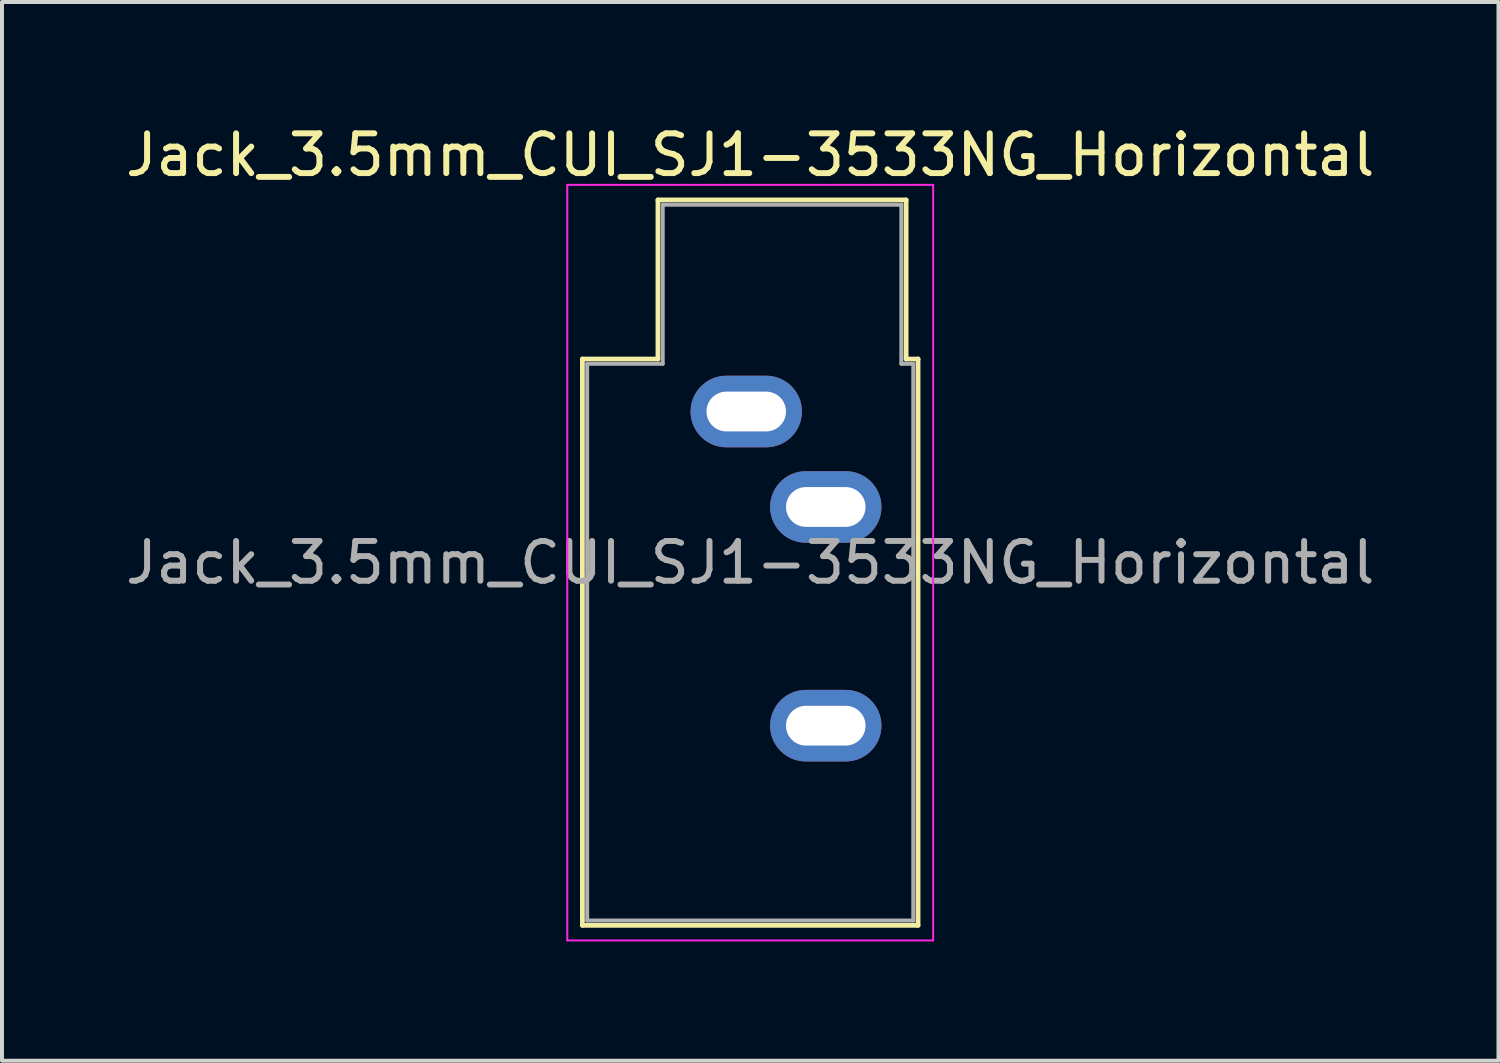
<source format=kicad_pcb>
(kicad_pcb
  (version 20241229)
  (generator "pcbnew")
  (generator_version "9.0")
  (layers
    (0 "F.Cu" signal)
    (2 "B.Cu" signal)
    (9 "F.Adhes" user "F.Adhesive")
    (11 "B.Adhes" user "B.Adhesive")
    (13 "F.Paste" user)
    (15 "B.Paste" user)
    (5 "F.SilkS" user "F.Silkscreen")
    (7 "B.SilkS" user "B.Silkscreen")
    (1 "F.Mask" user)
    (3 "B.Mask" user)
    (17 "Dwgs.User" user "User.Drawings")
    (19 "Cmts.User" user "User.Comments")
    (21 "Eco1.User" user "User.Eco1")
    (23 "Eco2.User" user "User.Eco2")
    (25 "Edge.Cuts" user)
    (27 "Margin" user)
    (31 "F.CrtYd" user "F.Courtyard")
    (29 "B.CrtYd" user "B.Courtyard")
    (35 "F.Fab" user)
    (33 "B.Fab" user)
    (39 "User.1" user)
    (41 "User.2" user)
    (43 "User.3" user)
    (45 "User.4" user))
  (footprint "Jack_3.5mm_CUI_SJ1-3533NG_Horizontal"
    (layer "F.Cu")
    (at 15.715 7.298)
    (property "Reference" "Jack_3.5mm_CUI_SJ1-3533NG_Horizontal" (at 0.1 -6.45 0) (layer "F.SilkS") (effects (font (size 1 1) (thickness 0.15))))
    (attr through_hole)
    (fp_line (start -4.12 -1.32) (end -2.22 -1.32) (stroke (width 0.12) (type solid)) (layer "F.SilkS"))
    (fp_line (start -4.12 12.92) (end -4.12 -1.32) (stroke (width 0.12) (type solid)) (layer "F.SilkS"))
    (fp_line (start -2.22 -5.32) (end 4.02 -5.32) (stroke (width 0.12) (type solid)) (layer "F.SilkS"))
    (fp_line (start -2.22 -1.32) (end -2.22 -5.32) (stroke (width 0.12) (type solid)) (layer "F.SilkS"))
    (fp_line (start 4.02 -5.32) (end 4.02 -1.32) (stroke (width 0.12) (type solid)) (layer "F.SilkS"))
    (fp_line (start 4.02 -1.32) (end 4.32 -1.32) (stroke (width 0.12) (type solid)) (layer "F.SilkS"))
    (fp_line (start 4.32 -1.32) (end 4.32 12.92) (stroke (width 0.12) (type solid)) (layer "F.SilkS"))
    (fp_line (start 4.32 12.92) (end -4.12 12.92) (stroke (width 0.12) (type solid)) (layer "F.SilkS"))
    (fp_line (start -4.5 -5.7) (end -4.5 13.3) (stroke (width 0.05) (type solid)) (layer "F.CrtYd"))
    (fp_line (start -4.5 13.3) (end 4.7 13.3) (stroke (width 0.05) (type solid)) (layer "F.CrtYd"))
    (fp_line (start 4.7 -5.7) (end -4.5 -5.7) (stroke (width 0.05) (type solid)) (layer "F.CrtYd"))
    (fp_line (start 4.7 13.3) (end 4.7 -5.7) (stroke (width 0.05) (type solid)) (layer "F.CrtYd"))
    (fp_line (start -4 -1.2) (end -2.1 -1.2) (stroke (width 0.1) (type solid)) (layer "F.Fab"))
    (fp_line (start -4 12.8) (end -4 -1.2) (stroke (width 0.1) (type solid)) (layer "F.Fab"))
    (fp_line (start -2.1 -5.2) (end 3.9 -5.2) (stroke (width 0.1) (type solid)) (layer "F.Fab"))
    (fp_line (start -2.1 -1.2) (end -2.1 -5.2) (stroke (width 0.1) (type solid)) (layer "F.Fab"))
    (fp_line (start 3.9 -5.2) (end 3.9 -1.2) (stroke (width 0.1) (type solid)) (layer "F.Fab"))
    (fp_line (start 3.9 -1.2) (end 4.2 -1.2) (stroke (width 0.1) (type solid)) (layer "F.Fab"))
    (fp_line (start 4.2 -1.2) (end 4.2 12.8) (stroke (width 0.1) (type solid)) (layer "F.Fab"))
    (fp_line (start 4.2 12.8) (end -4 12.8) (stroke (width 0.1) (type solid)) (layer "F.Fab"))
    (fp_text user "${REFERENCE}" (at 0.1 3.8 0) (layer "F.Fab") (effects (font (size 1 1) (thickness 0.15))))
    (pad "R" thru_hole oval (at 2 7.9) (size 2.8 1.8) (drill oval 2 1) (layers "*.Cu" "*.Mask"))
    (pad "S" thru_hole oval (at 0 0) (size 2.8 1.8) (drill oval 2 1) (layers "*.Cu" "*.Mask"))
    (pad "T" thru_hole oval (at 2 2.4) (size 2.8 1.8) (drill oval 2 1) (layers "*.Cu" "*.Mask")))
  (gr_rect
    (start -3 -3)
    (end 34.631 23.623)
    (stroke (width 0.1) (type default))
    (fill no)
    (layer "Edge.Cuts")))
</source>
